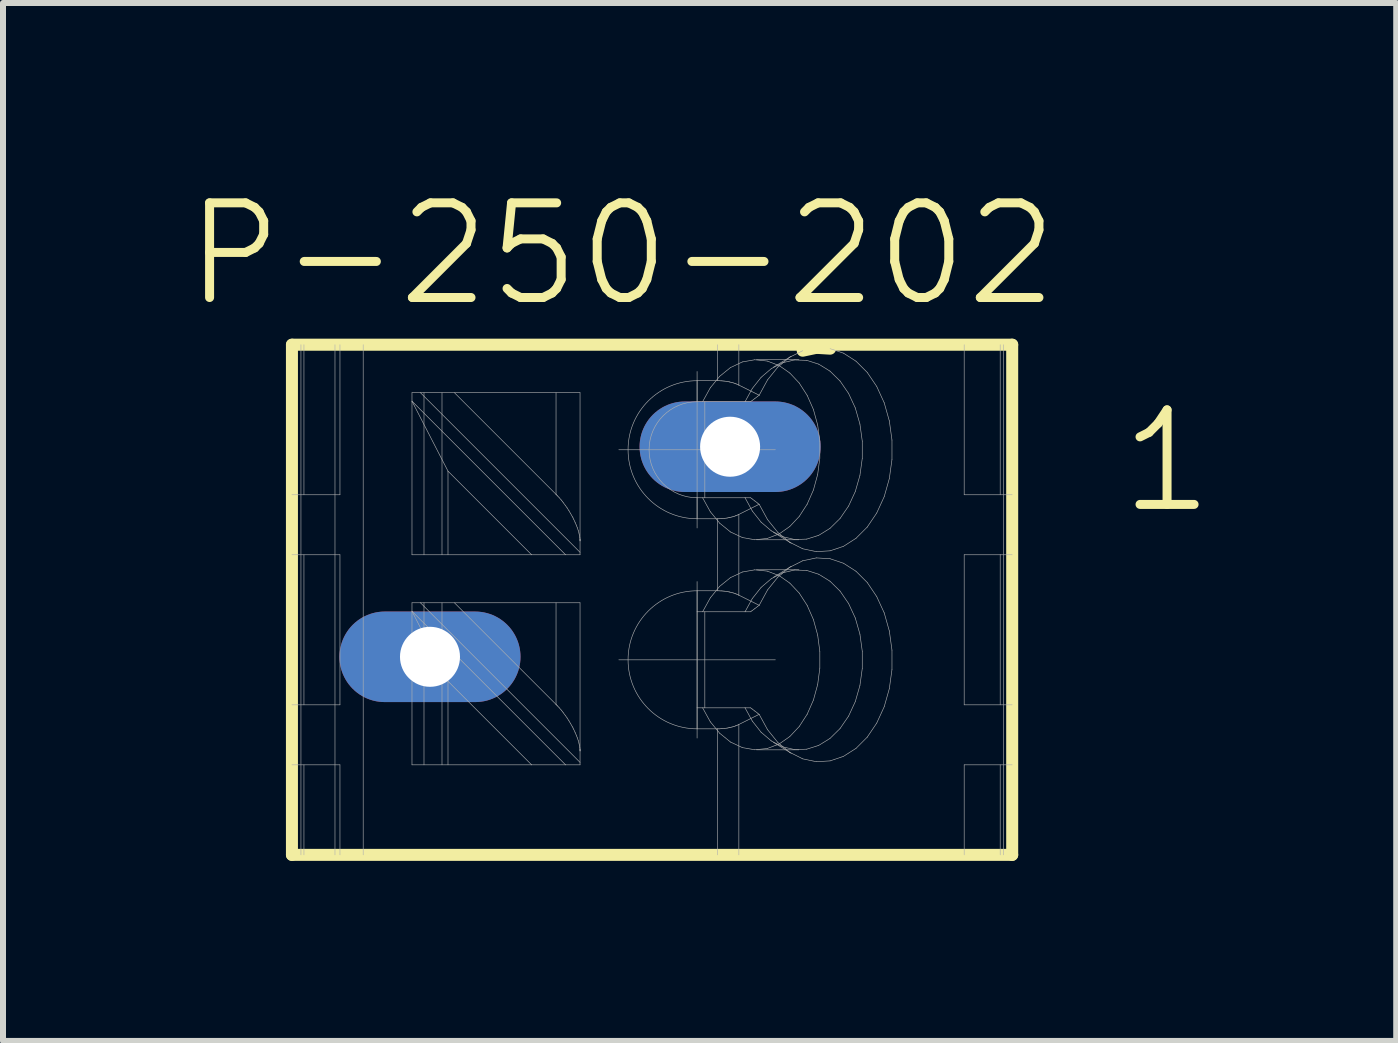
<source format=kicad_pcb>
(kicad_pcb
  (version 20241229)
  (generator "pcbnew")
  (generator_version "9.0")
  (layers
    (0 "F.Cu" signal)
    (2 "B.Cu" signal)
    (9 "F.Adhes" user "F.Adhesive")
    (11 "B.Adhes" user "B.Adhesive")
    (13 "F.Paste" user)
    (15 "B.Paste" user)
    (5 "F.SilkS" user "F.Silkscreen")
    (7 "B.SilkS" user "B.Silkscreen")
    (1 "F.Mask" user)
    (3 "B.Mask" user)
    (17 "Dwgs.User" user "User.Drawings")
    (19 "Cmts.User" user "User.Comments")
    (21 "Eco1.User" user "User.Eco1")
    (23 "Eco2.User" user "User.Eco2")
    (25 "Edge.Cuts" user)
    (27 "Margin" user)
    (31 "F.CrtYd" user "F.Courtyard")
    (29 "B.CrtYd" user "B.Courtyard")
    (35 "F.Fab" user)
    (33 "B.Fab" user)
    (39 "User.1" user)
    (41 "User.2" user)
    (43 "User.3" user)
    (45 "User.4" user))
  (footprint "P-250-202"
    (layer "F.Cu")
    (at 7.814 6.943)
    (property "Reference" "P-250-202" (at -0.501 -5.758 0) (layer "F.SilkS") (effects (font (size 1.577 1.577) (thickness 0.15))))
    (attr through_hole)
    (fp_line (start -6 -4.25) (end -6 4.25) (stroke (width 0.2) (type solid)) (layer "F.SilkS"))
    (fp_line (start -6 4.25) (end 6 4.25) (stroke (width 0.2) (type solid)) (layer "F.SilkS"))
    (fp_line (start 2.51 -4.15) (end 2.737 -4.198) (stroke (width 0.2) (type solid)) (layer "F.SilkS"))
    (fp_line (start 2.737 -4.198) (end 2.966 -4.184) (stroke (width 0.2) (type solid)) (layer "F.SilkS"))
    (fp_line (start 6 -4.25) (end -6 -4.25) (stroke (width 0.2) (type solid)) (layer "F.SilkS"))
    (fp_line (start 6 -4.25) (end 6 4.25) (stroke (width 0.2) (type solid)) (layer "F.SilkS"))
    (fp_line (start -6 -1.75) (end -5.2 -1.75) (stroke (width 0.01) (type solid)) (layer "F.Fab"))
    (fp_line (start -6 1.75) (end -5.2 1.75) (stroke (width 0.01) (type solid)) (layer "F.Fab"))
    (fp_line (start -5.85 -4.25) (end -5.85 4.25) (stroke (width 0.01) (type solid)) (layer "F.Fab"))
    (fp_line (start -5.8 -4.25) (end -5.8 -1.75) (stroke (width 0.01) (type solid)) (layer "F.Fab"))
    (fp_line (start -5.8 -0.75) (end -5.8 1.75) (stroke (width 0.01) (type solid)) (layer "F.Fab"))
    (fp_line (start -5.8 2.75) (end -5.8 4.25) (stroke (width 0.01) (type solid)) (layer "F.Fab"))
    (fp_line (start -5.283 -4.25) (end -5.283 4.25) (stroke (width 0.01) (type solid)) (layer "F.Fab"))
    (fp_line (start -5.2 -4.25) (end -5.2 -1.75) (stroke (width 0.01) (type solid)) (layer "F.Fab"))
    (fp_line (start -5.2 -0.75) (end -6 -0.75) (stroke (width 0.01) (type solid)) (layer "F.Fab"))
    (fp_line (start -5.2 -0.75) (end -5.2 1.75) (stroke (width 0.01) (type solid)) (layer "F.Fab"))
    (fp_line (start -5.2 2.75) (end -6 2.75) (stroke (width 0.01) (type solid)) (layer "F.Fab"))
    (fp_line (start -5.2 2.75) (end -5.2 4.25) (stroke (width 0.01) (type solid)) (layer "F.Fab"))
    (fp_line (start -4.813 -4.25) (end -4.813 4.25) (stroke (width 0.01) (type solid)) (layer "F.Fab"))
    (fp_line (start -4 -3.45) (end -3.859 -3.45) (stroke (width 0.01) (type solid)) (layer "F.Fab"))
    (fp_line (start -4 -3.309) (end -4 -3.45) (stroke (width 0.01) (type solid)) (layer "F.Fab"))
    (fp_line (start -4 -3.309) (end -1.441 -0.75) (stroke (width 0.01) (type solid)) (layer "F.Fab"))
    (fp_line (start -4 -0.75) (end -4 -3.309) (stroke (width 0.01) (type solid)) (layer "F.Fab"))
    (fp_line (start -4 0.05) (end -3.859 0.05) (stroke (width 0.01) (type solid)) (layer "F.Fab"))
    (fp_line (start -4 0.191) (end -4 0.05) (stroke (width 0.01) (type solid)) (layer "F.Fab"))
    (fp_line (start -4 0.191) (end -1.441 2.75) (stroke (width 0.01) (type solid)) (layer "F.Fab"))
    (fp_line (start -4 2.75) (end -4 0.191) (stroke (width 0.01) (type solid)) (layer "F.Fab"))
    (fp_line (start -3.9 0.625) (end -3.9 1.375) (stroke (width 0.01) (type solid)) (layer "F.Fab"))
    (fp_line (start -3.859 -3.45) (end -1.2 -3.45) (stroke (width 0.01) (type solid)) (layer "F.Fab"))
    (fp_line (start -3.859 -3.45) (end -1.2 -0.791) (stroke (width 0.01) (type solid)) (layer "F.Fab"))
    (fp_line (start -3.859 0.05) (end -1.2 0.05) (stroke (width 0.01) (type solid)) (layer "F.Fab"))
    (fp_line (start -3.859 0.05) (end -1.2 2.709) (stroke (width 0.01) (type solid)) (layer "F.Fab"))
    (fp_line (start -3.8 -0.75) (end -3.8 -3.45) (stroke (width 0.01) (type solid)) (layer "F.Fab"))
    (fp_line (start -3.8 2.75) (end -3.8 0.05) (stroke (width 0.01) (type solid)) (layer "F.Fab"))
    (fp_line (start -3.5 -0.75) (end -3.5 -3.45) (stroke (width 0.01) (type solid)) (layer "F.Fab"))
    (fp_line (start -3.5 0.625) (end -3.9 0.625) (stroke (width 0.01) (type solid)) (layer "F.Fab"))
    (fp_line (start -3.5 1.375) (end -3.9 1.375) (stroke (width 0.01) (type solid)) (layer "F.Fab"))
    (fp_line (start -3.5 2.75) (end -3.5 0.05) (stroke (width 0.01) (type solid)) (layer "F.Fab"))
    (fp_line (start -3.4 -2.143) (end -4 -3.309) (stroke (width 0.01) (type solid)) (layer "F.Fab"))
    (fp_line (start -3.4 -0.75) (end -3.4 -2.143) (stroke (width 0.01) (type solid)) (layer "F.Fab"))
    (fp_line (start -3.4 1.357) (end -4 0.191) (stroke (width 0.01) (type solid)) (layer "F.Fab"))
    (fp_line (start -3.4 2.75) (end -3.4 1.357) (stroke (width 0.01) (type solid)) (layer "F.Fab"))
    (fp_line (start -3.293 -3.45) (end -1.6 -1.757) (stroke (width 0.01) (type solid)) (layer "F.Fab"))
    (fp_line (start -3.293 0.05) (end -1.6 1.743) (stroke (width 0.01) (type solid)) (layer "F.Fab"))
    (fp_line (start -2.007 -0.75) (end -4 -0.75) (stroke (width 0.01) (type solid)) (layer "F.Fab"))
    (fp_line (start -2.007 -0.75) (end -3.4 -2.143) (stroke (width 0.01) (type solid)) (layer "F.Fab"))
    (fp_line (start -2.007 2.75) (end -4 2.75) (stroke (width 0.01) (type solid)) (layer "F.Fab"))
    (fp_line (start -2.007 2.75) (end -3.4 1.357) (stroke (width 0.01) (type solid)) (layer "F.Fab"))
    (fp_line (start -1.6 -1.757) (end -1.6 -3.45) (stroke (width 0.01) (type solid)) (layer "F.Fab"))
    (fp_line (start -1.6 1.743) (end -1.6 0.05) (stroke (width 0.01) (type solid)) (layer "F.Fab"))
    (fp_line (start -1.597 -1.754) (end -1.6 -1.757) (stroke (width 0.01) (type solid)) (layer "F.Fab"))
    (fp_line (start -1.597 1.746) (end -1.6 1.743) (stroke (width 0.01) (type solid)) (layer "F.Fab"))
    (fp_line (start -1.591 -1.748) (end -1.597 -1.754) (stroke (width 0.01) (type solid)) (layer "F.Fab"))
    (fp_line (start -1.591 1.752) (end -1.597 1.746) (stroke (width 0.01) (type solid)) (layer "F.Fab"))
    (fp_line (start -1.583 -1.739) (end -1.591 -1.748) (stroke (width 0.01) (type solid)) (layer "F.Fab"))
    (fp_line (start -1.583 1.761) (end -1.591 1.752) (stroke (width 0.01) (type solid)) (layer "F.Fab"))
    (fp_line (start -1.58 -1.736) (end -1.583 -1.739) (stroke (width 0.01) (type solid)) (layer "F.Fab"))
    (fp_line (start -1.58 1.764) (end -1.583 1.761) (stroke (width 0.01) (type solid)) (layer "F.Fab"))
    (fp_line (start -1.568 -1.724) (end -1.58 -1.736) (stroke (width 0.01) (type solid)) (layer "F.Fab"))
    (fp_line (start -1.568 1.776) (end -1.58 1.764) (stroke (width 0.01) (type solid)) (layer "F.Fab"))
    (fp_line (start -1.548 -1.702) (end -1.568 -1.724) (stroke (width 0.01) (type solid)) (layer "F.Fab"))
    (fp_line (start -1.548 1.798) (end -1.568 1.776) (stroke (width 0.01) (type solid)) (layer "F.Fab"))
    (fp_line (start -1.513 -1.662) (end -1.548 -1.702) (stroke (width 0.01) (type solid)) (layer "F.Fab"))
    (fp_line (start -1.513 1.838) (end -1.548 1.798) (stroke (width 0.01) (type solid)) (layer "F.Fab"))
    (fp_line (start -1.496 -1.641) (end -1.513 -1.662) (stroke (width 0.01) (type solid)) (layer "F.Fab"))
    (fp_line (start -1.496 1.859) (end -1.513 1.838) (stroke (width 0.01) (type solid)) (layer "F.Fab"))
    (fp_line (start -1.48 -1.619) (end -1.496 -1.641) (stroke (width 0.01) (type solid)) (layer "F.Fab"))
    (fp_line (start -1.48 1.881) (end -1.496 1.859) (stroke (width 0.01) (type solid)) (layer "F.Fab"))
    (fp_line (start -1.447 -1.575) (end -1.48 -1.619) (stroke (width 0.01) (type solid)) (layer "F.Fab"))
    (fp_line (start -1.447 1.925) (end -1.48 1.881) (stroke (width 0.01) (type solid)) (layer "F.Fab"))
    (fp_line (start -1.441 -0.75) (end -2.007 -0.75) (stroke (width 0.01) (type solid)) (layer "F.Fab"))
    (fp_line (start -1.441 2.75) (end -2.007 2.75) (stroke (width 0.01) (type solid)) (layer "F.Fab"))
    (fp_line (start -1.415 -1.53) (end -1.447 -1.575) (stroke (width 0.01) (type solid)) (layer "F.Fab"))
    (fp_line (start -1.415 1.97) (end -1.447 1.925) (stroke (width 0.01) (type solid)) (layer "F.Fab"))
    (fp_line (start -1.385 -1.483) (end -1.415 -1.53) (stroke (width 0.01) (type solid)) (layer "F.Fab"))
    (fp_line (start -1.385 2.017) (end -1.415 1.97) (stroke (width 0.01) (type solid)) (layer "F.Fab"))
    (fp_line (start -1.357 -1.436) (end -1.385 -1.483) (stroke (width 0.01) (type solid)) (layer "F.Fab"))
    (fp_line (start -1.357 2.064) (end -1.385 2.017) (stroke (width 0.01) (type solid)) (layer "F.Fab"))
    (fp_line (start -1.33 -1.388) (end -1.357 -1.436) (stroke (width 0.01) (type solid)) (layer "F.Fab"))
    (fp_line (start -1.33 2.112) (end -1.357 2.064) (stroke (width 0.01) (type solid)) (layer "F.Fab"))
    (fp_line (start -1.317 -1.364) (end -1.33 -1.388) (stroke (width 0.01) (type solid)) (layer "F.Fab"))
    (fp_line (start -1.317 2.136) (end -1.33 2.112) (stroke (width 0.01) (type solid)) (layer "F.Fab"))
    (fp_line (start -1.305 -1.34) (end -1.317 -1.364) (stroke (width 0.01) (type solid)) (layer "F.Fab"))
    (fp_line (start -1.305 2.16) (end -1.317 2.136) (stroke (width 0.01) (type solid)) (layer "F.Fab"))
    (fp_line (start -1.283 -1.292) (end -1.305 -1.34) (stroke (width 0.01) (type solid)) (layer "F.Fab"))
    (fp_line (start -1.283 2.208) (end -1.305 2.16) (stroke (width 0.01) (type solid)) (layer "F.Fab"))
    (fp_line (start -1.263 -1.245) (end -1.283 -1.292) (stroke (width 0.01) (type solid)) (layer "F.Fab"))
    (fp_line (start -1.263 2.255) (end -1.283 2.208) (stroke (width 0.01) (type solid)) (layer "F.Fab"))
    (fp_line (start -1.245 -1.199) (end -1.263 -1.245) (stroke (width 0.01) (type solid)) (layer "F.Fab"))
    (fp_line (start -1.245 2.301) (end -1.263 2.255) (stroke (width 0.01) (type solid)) (layer "F.Fab"))
    (fp_line (start -1.23 -1.155) (end -1.245 -1.199) (stroke (width 0.01) (type solid)) (layer "F.Fab"))
    (fp_line (start -1.23 2.345) (end -1.245 2.301) (stroke (width 0.01) (type solid)) (layer "F.Fab"))
    (fp_line (start -1.218 -1.112) (end -1.23 -1.155) (stroke (width 0.01) (type solid)) (layer "F.Fab"))
    (fp_line (start -1.218 2.388) (end -1.23 2.345) (stroke (width 0.01) (type solid)) (layer "F.Fab"))
    (fp_line (start -1.214 -1.091) (end -1.218 -1.112) (stroke (width 0.01) (type solid)) (layer "F.Fab"))
    (fp_line (start -1.214 2.409) (end -1.218 2.388) (stroke (width 0.01) (type solid)) (layer "F.Fab"))
    (fp_line (start -1.21 -1.071) (end -1.214 -1.091) (stroke (width 0.01) (type solid)) (layer "F.Fab"))
    (fp_line (start -1.21 2.429) (end -1.214 2.409) (stroke (width 0.01) (type solid)) (layer "F.Fab"))
    (fp_line (start -1.203 -1.033) (end -1.21 -1.071) (stroke (width 0.01) (type solid)) (layer "F.Fab"))
    (fp_line (start -1.203 2.467) (end -1.21 2.429) (stroke (width 0.01) (type solid)) (layer "F.Fab"))
    (fp_line (start -1.201 -1.011) (end -1.203 -1.033) (stroke (width 0.01) (type solid)) (layer "F.Fab"))
    (fp_line (start -1.201 2.489) (end -1.203 2.467) (stroke (width 0.01) (type solid)) (layer "F.Fab"))
    (fp_line (start -1.201 -1.006) (end -1.201 -1.011) (stroke (width 0.01) (type solid)) (layer "F.Fab"))
    (fp_line (start -1.201 2.494) (end -1.201 2.489) (stroke (width 0.01) (type solid)) (layer "F.Fab"))
    (fp_line (start -1.2 -1) (end -1.201 -1.006) (stroke (width 0.01) (type solid)) (layer "F.Fab"))
    (fp_line (start -1.2 2.5) (end -1.201 2.494) (stroke (width 0.01) (type solid)) (layer "F.Fab"))
    (fp_line (start -1.2 -0.997) (end -1.2 -1) (stroke (width 0.01) (type solid)) (layer "F.Fab"))
    (fp_line (start -1.2 2.503) (end -1.2 2.5) (stroke (width 0.01) (type solid)) (layer "F.Fab"))
    (fp_line (start -1.2 -0.994) (end -1.2 -0.997) (stroke (width 0.01) (type solid)) (layer "F.Fab"))
    (fp_line (start -1.2 2.506) (end -1.2 2.503) (stroke (width 0.01) (type solid)) (layer "F.Fab"))
    (fp_line (start -1.2 -0.988) (end -1.2 -0.994) (stroke (width 0.01) (type solid)) (layer "F.Fab"))
    (fp_line (start -1.2 2.512) (end -1.2 2.506) (stroke (width 0.01) (type solid)) (layer "F.Fab"))
    (fp_line (start -1.2 -3.45) (end -1.2 -0.75) (stroke (width 0.01) (type solid)) (layer "F.Fab"))
    (fp_line (start -1.2 -0.983) (end -1.2 -0.988) (stroke (width 0.01) (type solid)) (layer "F.Fab"))
    (fp_line (start -1.2 -0.98) (end -1.2 -0.983) (stroke (width 0.01) (type solid)) (layer "F.Fab"))
    (fp_line (start -1.2 -0.75) (end -1.441 -0.75) (stroke (width 0.01) (type solid)) (layer "F.Fab"))
    (fp_line (start -1.2 0.05) (end -1.2 2.75) (stroke (width 0.01) (type solid)) (layer "F.Fab"))
    (fp_line (start -1.2 2.517) (end -1.2 2.512) (stroke (width 0.01) (type solid)) (layer "F.Fab"))
    (fp_line (start -1.2 2.52) (end -1.2 2.517) (stroke (width 0.01) (type solid)) (layer "F.Fab"))
    (fp_line (start -1.2 2.75) (end -1.441 2.75) (stroke (width 0.01) (type solid)) (layer "F.Fab"))
    (fp_line (start -0.554 -2.5) (end 2.054 -2.5) (stroke (width 0.01) (type solid)) (layer "F.Fab"))
    (fp_line (start -0.554 1) (end 2.054 1) (stroke (width 0.01) (type solid)) (layer "F.Fab"))
    (fp_line (start 0.75 -3.65) (end 0.75 -3.3) (stroke (width 0.01) (type solid)) (layer "F.Fab"))
    (fp_line (start 0.75 -3.65) (end 1.093 -3.65) (stroke (width 0.01) (type solid)) (layer "F.Fab"))
    (fp_line (start 0.75 -1.7) (end 1.549 -1.7) (stroke (width 0.01) (type solid)) (layer "F.Fab"))
    (fp_line (start 0.75 -1.35) (end 0.75 -1.7) (stroke (width 0.01) (type solid)) (layer "F.Fab"))
    (fp_line (start 0.75 -1.196) (end 0.75 -3.804) (stroke (width 0.01) (type solid)) (layer "F.Fab"))
    (fp_line (start 0.75 -0.15) (end 0.75 0.2) (stroke (width 0.01) (type solid)) (layer "F.Fab"))
    (fp_line (start 0.75 -0.15) (end 1.093 -0.15) (stroke (width 0.01) (type solid)) (layer "F.Fab"))
    (fp_line (start 0.75 0.2) (end 0.75 1.8) (stroke (width 0.01) (type solid)) (layer "F.Fab"))
    (fp_line (start 0.75 0.2) (end 1.549 0.2) (stroke (width 0.01) (type solid)) (layer "F.Fab"))
    (fp_line (start 0.75 1.8) (end 0.75 2.15) (stroke (width 0.01) (type solid)) (layer "F.Fab"))
    (fp_line (start 0.75 1.8) (end 1.549 1.8) (stroke (width 0.01) (type solid)) (layer "F.Fab"))
    (fp_line (start 0.75 2.304) (end 0.75 -0.304) (stroke (width 0.01) (type solid)) (layer "F.Fab"))
    (fp_line (start 0.842 -3.3) (end 0.97 -3.532) (stroke (width 0.01) (type solid)) (layer "F.Fab"))
    (fp_line (start 0.842 0.2) (end 0.97 -0.032) (stroke (width 0.01) (type solid)) (layer "F.Fab"))
    (fp_line (start 0.879 -3.3) (end 0.879 -1.7) (stroke (width 0.01) (type solid)) (layer "F.Fab"))
    (fp_line (start 0.879 0.2) (end 0.879 1.8) (stroke (width 0.01) (type solid)) (layer "F.Fab"))
    (fp_line (start 0.97 -3.532) (end 1.127 -3.724) (stroke (width 0.01) (type solid)) (layer "F.Fab"))
    (fp_line (start 0.97 -1.468) (end 0.842 -1.7) (stroke (width 0.01) (type solid)) (layer "F.Fab"))
    (fp_line (start 0.97 -0.032) (end 1.127 -0.225) (stroke (width 0.01) (type solid)) (layer "F.Fab"))
    (fp_line (start 0.97 2.032) (end 0.842 1.8) (stroke (width 0.01) (type solid)) (layer "F.Fab"))
    (fp_line (start 1.093 -4.25) (end 1.093 -3.65) (stroke (width 0.01) (type solid)) (layer "F.Fab"))
    (fp_line (start 1.093 -1.35) (end 0.75 -1.35) (stroke (width 0.01) (type solid)) (layer "F.Fab"))
    (fp_line (start 1.093 -1.35) (end 1.093 -0.15) (stroke (width 0.01) (type solid)) (layer "F.Fab"))
    (fp_line (start 1.093 -1.35) (end 1.104 -1.35) (stroke (width 0.01) (type solid)) (layer "F.Fab"))
    (fp_line (start 1.093 2.15) (end 0.75 2.15) (stroke (width 0.01) (type solid)) (layer "F.Fab"))
    (fp_line (start 1.093 2.15) (end 1.093 4.25) (stroke (width 0.01) (type solid)) (layer "F.Fab"))
    (fp_line (start 1.093 2.15) (end 1.104 2.15) (stroke (width 0.01) (type solid)) (layer "F.Fab"))
    (fp_line (start 1.1 -2.875) (end 1.1 -2.125) (stroke (width 0.01) (type solid)) (layer "F.Fab"))
    (fp_line (start 1.1 -2.125) (end 1.5 -2.125) (stroke (width 0.01) (type solid)) (layer "F.Fab"))
    (fp_line (start 1.104 -3.65) (end 1.093 -3.65) (stroke (width 0.01) (type solid)) (layer "F.Fab"))
    (fp_line (start 1.104 -1.35) (end 1.126 -1.351) (stroke (width 0.01) (type solid)) (layer "F.Fab"))
    (fp_line (start 1.104 -0.15) (end 1.093 -0.15) (stroke (width 0.01) (type solid)) (layer "F.Fab"))
    (fp_line (start 1.104 2.15) (end 1.126 2.15) (stroke (width 0.01) (type solid)) (layer "F.Fab"))
    (fp_line (start 1.126 -3.65) (end 1.104 -3.65) (stroke (width 0.01) (type solid)) (layer "F.Fab"))
    (fp_line (start 1.126 -1.351) (end 1.147 -1.351) (stroke (width 0.01) (type solid)) (layer "F.Fab"))
    (fp_line (start 1.126 -0.149) (end 1.104 -0.15) (stroke (width 0.01) (type solid)) (layer "F.Fab"))
    (fp_line (start 1.126 2.15) (end 1.147 2.148) (stroke (width 0.01) (type solid)) (layer "F.Fab"))
    (fp_line (start 1.127 -3.724) (end 1.307 -3.87) (stroke (width 0.01) (type solid)) (layer "F.Fab"))
    (fp_line (start 1.127 -1.276) (end 0.97 -1.468) (stroke (width 0.01) (type solid)) (layer "F.Fab"))
    (fp_line (start 1.127 -0.225) (end 1.307 -0.37) (stroke (width 0.01) (type solid)) (layer "F.Fab"))
    (fp_line (start 1.127 2.224) (end 0.97 2.032) (stroke (width 0.01) (type solid)) (layer "F.Fab"))
    (fp_line (start 1.147 -3.648) (end 1.126 -3.65) (stroke (width 0.01) (type solid)) (layer "F.Fab"))
    (fp_line (start 1.147 -1.351) (end 1.158 -1.352) (stroke (width 0.01) (type solid)) (layer "F.Fab"))
    (fp_line (start 1.147 -0.148) (end 1.126 -0.149) (stroke (width 0.01) (type solid)) (layer "F.Fab"))
    (fp_line (start 1.147 2.148) (end 1.158 2.148) (stroke (width 0.01) (type solid)) (layer "F.Fab"))
    (fp_line (start 1.158 -3.648) (end 1.147 -3.648) (stroke (width 0.01) (type solid)) (layer "F.Fab"))
    (fp_line (start 1.158 -1.352) (end 1.169 -1.353) (stroke (width 0.01) (type solid)) (layer "F.Fab"))
    (fp_line (start 1.158 -0.148) (end 1.147 -0.148) (stroke (width 0.01) (type solid)) (layer "F.Fab"))
    (fp_line (start 1.158 2.148) (end 1.169 2.147) (stroke (width 0.01) (type solid)) (layer "F.Fab"))
    (fp_line (start 1.169 -3.647) (end 1.158 -3.648) (stroke (width 0.01) (type solid)) (layer "F.Fab"))
    (fp_line (start 1.169 -1.353) (end 1.19 -1.355) (stroke (width 0.01) (type solid)) (layer "F.Fab"))
    (fp_line (start 1.169 -0.147) (end 1.158 -0.148) (stroke (width 0.01) (type solid)) (layer "F.Fab"))
    (fp_line (start 1.169 2.147) (end 1.19 2.145) (stroke (width 0.01) (type solid)) (layer "F.Fab"))
    (fp_line (start 1.19 -3.645) (end 1.169 -3.647) (stroke (width 0.01) (type solid)) (layer "F.Fab"))
    (fp_line (start 1.19 -1.355) (end 1.212 -1.357) (stroke (width 0.01) (type solid)) (layer "F.Fab"))
    (fp_line (start 1.19 -0.145) (end 1.169 -0.147) (stroke (width 0.01) (type solid)) (layer "F.Fab"))
    (fp_line (start 1.19 2.145) (end 1.212 2.143) (stroke (width 0.01) (type solid)) (layer "F.Fab"))
    (fp_line (start 1.212 -3.643) (end 1.19 -3.645) (stroke (width 0.01) (type solid)) (layer "F.Fab"))
    (fp_line (start 1.212 -1.357) (end 1.233 -1.36) (stroke (width 0.01) (type solid)) (layer "F.Fab"))
    (fp_line (start 1.212 -0.143) (end 1.19 -0.145) (stroke (width 0.01) (type solid)) (layer "F.Fab"))
    (fp_line (start 1.212 2.143) (end 1.233 2.14) (stroke (width 0.01) (type solid)) (layer "F.Fab"))
    (fp_line (start 1.233 -3.64) (end 1.212 -3.643) (stroke (width 0.01) (type solid)) (layer "F.Fab"))
    (fp_line (start 1.233 -1.36) (end 1.254 -1.363) (stroke (width 0.01) (type solid)) (layer "F.Fab"))
    (fp_line (start 1.233 -0.14) (end 1.212 -0.143) (stroke (width 0.01) (type solid)) (layer "F.Fab"))
    (fp_line (start 1.233 2.14) (end 1.254 2.137) (stroke (width 0.01) (type solid)) (layer "F.Fab"))
    (fp_line (start 1.254 -3.637) (end 1.233 -3.64) (stroke (width 0.01) (type solid)) (layer "F.Fab"))
    (fp_line (start 1.254 -1.363) (end 1.274 -1.367) (stroke (width 0.01) (type solid)) (layer "F.Fab"))
    (fp_line (start 1.254 -0.137) (end 1.233 -0.14) (stroke (width 0.01) (type solid)) (layer "F.Fab"))
    (fp_line (start 1.254 2.137) (end 1.274 2.133) (stroke (width 0.01) (type solid)) (layer "F.Fab"))
    (fp_line (start 1.274 -3.633) (end 1.254 -3.637) (stroke (width 0.01) (type solid)) (layer "F.Fab"))
    (fp_line (start 1.274 -1.367) (end 1.284 -1.369) (stroke (width 0.01) (type solid)) (layer "F.Fab"))
    (fp_line (start 1.274 -0.133) (end 1.254 -0.137) (stroke (width 0.01) (type solid)) (layer "F.Fab"))
    (fp_line (start 1.274 2.133) (end 1.284 2.131) (stroke (width 0.01) (type solid)) (layer "F.Fab"))
    (fp_line (start 1.284 -3.631) (end 1.274 -3.633) (stroke (width 0.01) (type solid)) (layer "F.Fab"))
    (fp_line (start 1.284 -1.369) (end 1.294 -1.371) (stroke (width 0.01) (type solid)) (layer "F.Fab"))
    (fp_line (start 1.284 -0.131) (end 1.274 -0.133) (stroke (width 0.01) (type solid)) (layer "F.Fab"))
    (fp_line (start 1.284 2.131) (end 1.294 2.129) (stroke (width 0.01) (type solid)) (layer "F.Fab"))
    (fp_line (start 1.294 -3.629) (end 1.284 -3.631) (stroke (width 0.01) (type solid)) (layer "F.Fab"))
    (fp_line (start 1.294 -1.371) (end 1.314 -1.376) (stroke (width 0.01) (type solid)) (layer "F.Fab"))
    (fp_line (start 1.294 -0.129) (end 1.284 -0.131) (stroke (width 0.01) (type solid)) (layer "F.Fab"))
    (fp_line (start 1.294 2.129) (end 1.314 2.124) (stroke (width 0.01) (type solid)) (layer "F.Fab"))
    (fp_line (start 1.307 -3.87) (end 1.505 -3.963) (stroke (width 0.01) (type solid)) (layer "F.Fab"))
    (fp_line (start 1.307 -1.13) (end 1.127 -1.276) (stroke (width 0.01) (type solid)) (layer "F.Fab"))
    (fp_line (start 1.307 -0.37) (end 1.505 -0.463) (stroke (width 0.01) (type solid)) (layer "F.Fab"))
    (fp_line (start 1.307 2.37) (end 1.127 2.224) (stroke (width 0.01) (type solid)) (layer "F.Fab"))
    (fp_line (start 1.314 -3.624) (end 1.294 -3.629) (stroke (width 0.01) (type solid)) (layer "F.Fab"))
    (fp_line (start 1.314 -1.376) (end 1.333 -1.381) (stroke (width 0.01) (type solid)) (layer "F.Fab"))
    (fp_line (start 1.314 -0.124) (end 1.294 -0.129) (stroke (width 0.01) (type solid)) (layer "F.Fab"))
    (fp_line (start 1.314 2.124) (end 1.333 2.119) (stroke (width 0.01) (type solid)) (layer "F.Fab"))
    (fp_line (start 1.333 -3.619) (end 1.314 -3.624) (stroke (width 0.01) (type solid)) (layer "F.Fab"))
    (fp_line (start 1.333 -1.381) (end 1.352 -1.386) (stroke (width 0.01) (type solid)) (layer "F.Fab"))
    (fp_line (start 1.333 -0.119) (end 1.314 -0.124) (stroke (width 0.01) (type solid)) (layer "F.Fab"))
    (fp_line (start 1.333 2.119) (end 1.352 2.114) (stroke (width 0.01) (type solid)) (layer "F.Fab"))
    (fp_line (start 1.352 -3.614) (end 1.333 -3.619) (stroke (width 0.01) (type solid)) (layer "F.Fab"))
    (fp_line (start 1.352 -1.386) (end 1.371 -1.392) (stroke (width 0.01) (type solid)) (layer "F.Fab"))
    (fp_line (start 1.352 -0.114) (end 1.333 -0.119) (stroke (width 0.01) (type solid)) (layer "F.Fab"))
    (fp_line (start 1.352 2.114) (end 1.371 2.108) (stroke (width 0.01) (type solid)) (layer "F.Fab"))
    (fp_line (start 1.371 -3.608) (end 1.352 -3.614) (stroke (width 0.01) (type solid)) (layer "F.Fab"))
    (fp_line (start 1.371 -1.392) (end 1.389 -1.398) (stroke (width 0.01) (type solid)) (layer "F.Fab"))
    (fp_line (start 1.371 -0.108) (end 1.352 -0.114) (stroke (width 0.01) (type solid)) (layer "F.Fab"))
    (fp_line (start 1.371 2.108) (end 1.389 2.102) (stroke (width 0.01) (type solid)) (layer "F.Fab"))
    (fp_line (start 1.389 -3.602) (end 1.371 -3.608) (stroke (width 0.01) (type solid)) (layer "F.Fab"))
    (fp_line (start 1.389 -1.398) (end 1.397 -1.402) (stroke (width 0.01) (type solid)) (layer "F.Fab"))
    (fp_line (start 1.389 -0.102) (end 1.371 -0.108) (stroke (width 0.01) (type solid)) (layer "F.Fab"))
    (fp_line (start 1.389 2.102) (end 1.397 2.098) (stroke (width 0.01) (type solid)) (layer "F.Fab"))
    (fp_line (start 1.397 -3.598) (end 1.389 -3.602) (stroke (width 0.01) (type solid)) (layer "F.Fab"))
    (fp_line (start 1.397 -1.402) (end 1.406 -1.405) (stroke (width 0.01) (type solid)) (layer "F.Fab"))
    (fp_line (start 1.397 -0.098) (end 1.389 -0.102) (stroke (width 0.01) (type solid)) (layer "F.Fab"))
    (fp_line (start 1.397 2.098) (end 1.406 2.095) (stroke (width 0.01) (type solid)) (layer "F.Fab"))
    (fp_line (start 1.406 -3.595) (end 1.397 -3.598) (stroke (width 0.01) (type solid)) (layer "F.Fab"))
    (fp_line (start 1.406 -1.405) (end 1.423 -1.412) (stroke (width 0.01) (type solid)) (layer "F.Fab"))
    (fp_line (start 1.406 -0.095) (end 1.397 -0.098) (stroke (width 0.01) (type solid)) (layer "F.Fab"))
    (fp_line (start 1.406 2.095) (end 1.423 2.088) (stroke (width 0.01) (type solid)) (layer "F.Fab"))
    (fp_line (start 1.423 -3.588) (end 1.406 -3.595) (stroke (width 0.01) (type solid)) (layer "F.Fab"))
    (fp_line (start 1.423 -1.412) (end 1.439 -1.419) (stroke (width 0.01) (type solid)) (layer "F.Fab"))
    (fp_line (start 1.423 -0.088) (end 1.406 -0.095) (stroke (width 0.01) (type solid)) (layer "F.Fab"))
    (fp_line (start 1.423 2.088) (end 1.439 2.081) (stroke (width 0.01) (type solid)) (layer "F.Fab"))
    (fp_line (start 1.439 -3.581) (end 1.423 -3.588) (stroke (width 0.01) (type solid)) (layer "F.Fab"))
    (fp_line (start 1.439 -1.419) (end 1.446 -1.423) (stroke (width 0.01) (type solid)) (layer "F.Fab"))
    (fp_line (start 1.439 -0.081) (end 1.423 -0.088) (stroke (width 0.01) (type solid)) (layer "F.Fab"))
    (fp_line (start 1.439 2.081) (end 1.446 2.077) (stroke (width 0.01) (type solid)) (layer "F.Fab"))
    (fp_line (start 1.446 -4.25) (end 1.446 -3.577) (stroke (width 0.01) (type solid)) (layer "F.Fab"))
    (fp_line (start 1.446 -3.577) (end 1.439 -3.581) (stroke (width 0.01) (type solid)) (layer "F.Fab"))
    (fp_line (start 1.446 -3.577) (end 1.784 -3.408) (stroke (width 0.01) (type solid)) (layer "F.Fab"))
    (fp_line (start 1.446 -1.423) (end 1.446 -0.077) (stroke (width 0.01) (type solid)) (layer "F.Fab"))
    (fp_line (start 1.446 -0.077) (end 1.439 -0.081) (stroke (width 0.01) (type solid)) (layer "F.Fab"))
    (fp_line (start 1.446 -0.077) (end 1.784 0.092) (stroke (width 0.01) (type solid)) (layer "F.Fab"))
    (fp_line (start 1.446 2.077) (end 1.446 4.25) (stroke (width 0.01) (type solid)) (layer "F.Fab"))
    (fp_line (start 1.5 -2.875) (end 1.1 -2.875) (stroke (width 0.01) (type solid)) (layer "F.Fab"))
    (fp_line (start 1.5 -2.125) (end 1.5 -2.875) (stroke (width 0.01) (type solid)) (layer "F.Fab"))
    (fp_line (start 1.505 -3.963) (end 1.711 -3.999) (stroke (width 0.01) (type solid)) (layer "F.Fab"))
    (fp_line (start 1.505 -1.037) (end 1.307 -1.13) (stroke (width 0.01) (type solid)) (layer "F.Fab"))
    (fp_line (start 1.505 -0.463) (end 1.711 -0.499) (stroke (width 0.01) (type solid)) (layer "F.Fab"))
    (fp_line (start 1.505 2.463) (end 1.307 2.37) (stroke (width 0.01) (type solid)) (layer "F.Fab"))
    (fp_line (start 1.549 -3.3) (end 0.75 -3.3) (stroke (width 0.01) (type solid)) (layer "F.Fab"))
    (fp_line (start 1.549 -3.3) (end 1.642 -3.3) (stroke (width 0.01) (type solid)) (layer "F.Fab"))
    (fp_line (start 1.549 -3.3) (end 1.67 -3.521) (stroke (width 0.01) (type solid)) (layer "F.Fab"))
    (fp_line (start 1.549 0.2) (end 1.642 0.2) (stroke (width 0.01) (type solid)) (layer "F.Fab"))
    (fp_line (start 1.549 0.2) (end 1.67 -0.021) (stroke (width 0.01) (type solid)) (layer "F.Fab"))
    (fp_line (start 1.642 -3.3) (end 1.665 -3.318) (stroke (width 0.01) (type solid)) (layer "F.Fab"))
    (fp_line (start 1.642 -1.7) (end 1.549 -1.7) (stroke (width 0.01) (type solid)) (layer "F.Fab"))
    (fp_line (start 1.642 0.2) (end 1.665 0.182) (stroke (width 0.01) (type solid)) (layer "F.Fab"))
    (fp_line (start 1.642 1.8) (end 1.549 1.8) (stroke (width 0.01) (type solid)) (layer "F.Fab"))
    (fp_line (start 1.665 -3.318) (end 1.712 -3.353) (stroke (width 0.01) (type solid)) (layer "F.Fab"))
    (fp_line (start 1.665 -1.682) (end 1.642 -1.7) (stroke (width 0.01) (type solid)) (layer "F.Fab"))
    (fp_line (start 1.665 0.182) (end 1.712 0.147) (stroke (width 0.01) (type solid)) (layer "F.Fab"))
    (fp_line (start 1.665 1.818) (end 1.642 1.8) (stroke (width 0.01) (type solid)) (layer "F.Fab"))
    (fp_line (start 1.67 -3.521) (end 1.817 -3.707) (stroke (width 0.01) (type solid)) (layer "F.Fab"))
    (fp_line (start 1.67 -1.479) (end 1.549 -1.7) (stroke (width 0.01) (type solid)) (layer "F.Fab"))
    (fp_line (start 1.67 -0.021) (end 1.817 -0.207) (stroke (width 0.01) (type solid)) (layer "F.Fab"))
    (fp_line (start 1.67 2.021) (end 1.549 1.8) (stroke (width 0.01) (type solid)) (layer "F.Fab"))
    (fp_line (start 1.711 -3.999) (end 1.918 -3.978) (stroke (width 0.01) (type solid)) (layer "F.Fab"))
    (fp_line (start 1.711 -1) (end 1.505 -1.037) (stroke (width 0.01) (type solid)) (layer "F.Fab"))
    (fp_line (start 1.711 -0.499) (end 1.918 -0.478) (stroke (width 0.01) (type solid)) (layer "F.Fab"))
    (fp_line (start 1.711 2.499) (end 1.505 2.463) (stroke (width 0.01) (type solid)) (layer "F.Fab"))
    (fp_line (start 1.712 -3.353) (end 1.76 -3.39) (stroke (width 0.01) (type solid)) (layer "F.Fab"))
    (fp_line (start 1.712 -1.647) (end 1.665 -1.682) (stroke (width 0.01) (type solid)) (layer "F.Fab"))
    (fp_line (start 1.712 0.147) (end 1.76 0.11) (stroke (width 0.01) (type solid)) (layer "F.Fab"))
    (fp_line (start 1.712 1.853) (end 1.665 1.818) (stroke (width 0.01) (type solid)) (layer "F.Fab"))
    (fp_line (start 1.739 -1) (end 2.446 -1) (stroke (width 0.01) (type solid)) (layer "F.Fab"))
    (fp_line (start 1.739 2.5) (end 2.446 2.5) (stroke (width 0.01) (type solid)) (layer "F.Fab"))
    (fp_line (start 1.76 -3.39) (end 1.784 -3.408) (stroke (width 0.01) (type solid)) (layer "F.Fab"))
    (fp_line (start 1.76 -1.61) (end 1.712 -1.647) (stroke (width 0.01) (type solid)) (layer "F.Fab"))
    (fp_line (start 1.76 0.11) (end 1.784 0.092) (stroke (width 0.01) (type solid)) (layer "F.Fab"))
    (fp_line (start 1.76 1.89) (end 1.712 1.853) (stroke (width 0.01) (type solid)) (layer "F.Fab"))
    (fp_line (start 1.784 -3.408) (end 1.924 -3.664) (stroke (width 0.01) (type solid)) (layer "F.Fab"))
    (fp_line (start 1.784 -1.592) (end 1.446 -1.423) (stroke (width 0.01) (type solid)) (layer "F.Fab"))
    (fp_line (start 1.784 -1.592) (end 1.76 -1.61) (stroke (width 0.01) (type solid)) (layer "F.Fab"))
    (fp_line (start 1.784 0.092) (end 1.924 -0.164) (stroke (width 0.01) (type solid)) (layer "F.Fab"))
    (fp_line (start 1.784 1.908) (end 1.446 2.077) (stroke (width 0.01) (type solid)) (layer "F.Fab"))
    (fp_line (start 1.784 1.908) (end 1.76 1.89) (stroke (width 0.01) (type solid)) (layer "F.Fab"))
    (fp_line (start 1.817 -3.707) (end 1.986 -3.851) (stroke (width 0.01) (type solid)) (layer "F.Fab"))
    (fp_line (start 1.817 -1.293) (end 1.67 -1.479) (stroke (width 0.01) (type solid)) (layer "F.Fab"))
    (fp_line (start 1.817 -0.207) (end 1.986 -0.351) (stroke (width 0.01) (type solid)) (layer "F.Fab"))
    (fp_line (start 1.817 2.207) (end 1.67 2.021) (stroke (width 0.01) (type solid)) (layer "F.Fab"))
    (fp_line (start 1.918 -3.978) (end 2.119 -3.901) (stroke (width 0.01) (type solid)) (layer "F.Fab"))
    (fp_line (start 1.918 -1.022) (end 1.711 -1) (stroke (width 0.01) (type solid)) (layer "F.Fab"))
    (fp_line (start 1.918 -0.478) (end 2.119 -0.401) (stroke (width 0.01) (type solid)) (layer "F.Fab"))
    (fp_line (start 1.918 2.478) (end 1.711 2.499) (stroke (width 0.01) (type solid)) (layer "F.Fab"))
    (fp_line (start 1.924 -3.664) (end 2.096 -3.878) (stroke (width 0.01) (type solid)) (layer "F.Fab"))
    (fp_line (start 1.924 -1.336) (end 1.784 -1.592) (stroke (width 0.01) (type solid)) (layer "F.Fab"))
    (fp_line (start 1.924 -0.164) (end 2.096 -0.378) (stroke (width 0.01) (type solid)) (layer "F.Fab"))
    (fp_line (start 1.924 2.164) (end 1.784 1.908) (stroke (width 0.01) (type solid)) (layer "F.Fab"))
    (fp_line (start 1.986 -3.851) (end 2.171 -3.949) (stroke (width 0.01) (type solid)) (layer "F.Fab"))
    (fp_line (start 1.986 -1.149) (end 1.817 -1.293) (stroke (width 0.01) (type solid)) (layer "F.Fab"))
    (fp_line (start 1.986 -0.351) (end 2.171 -0.449) (stroke (width 0.01) (type solid)) (layer "F.Fab"))
    (fp_line (start 1.986 2.351) (end 1.817 2.207) (stroke (width 0.01) (type solid)) (layer "F.Fab"))
    (fp_line (start 2.022 -1.125) (end 2.319 -0.942) (stroke (width 0.01) (type solid)) (layer "F.Fab"))
    (fp_line (start 2.022 2.375) (end 2.319 2.558) (stroke (width 0.01) (type solid)) (layer "F.Fab"))
    (fp_line (start 2.096 -3.878) (end 2.294 -4.042) (stroke (width 0.01) (type solid)) (layer "F.Fab"))
    (fp_line (start 2.096 -1.122) (end 1.924 -1.336) (stroke (width 0.01) (type solid)) (layer "F.Fab"))
    (fp_line (start 2.096 -0.378) (end 2.294 -0.542) (stroke (width 0.01) (type solid)) (layer "F.Fab"))
    (fp_line (start 2.096 2.378) (end 1.924 2.164) (stroke (width 0.01) (type solid)) (layer "F.Fab"))
    (fp_line (start 2.119 -3.901) (end 2.295 -3.778) (stroke (width 0.01) (type solid)) (layer "F.Fab"))
    (fp_line (start 2.119 -1.099) (end 1.918 -1.022) (stroke (width 0.01) (type solid)) (layer "F.Fab"))
    (fp_line (start 2.119 -0.401) (end 2.295 -0.278) (stroke (width 0.01) (type solid)) (layer "F.Fab"))
    (fp_line (start 2.119 2.401) (end 1.918 2.478) (stroke (width 0.01) (type solid)) (layer "F.Fab"))
    (fp_line (start 2.171 -3.949) (end 2.373 -3.996) (stroke (width 0.01) (type solid)) (layer "F.Fab"))
    (fp_line (start 2.171 -1.052) (end 1.986 -1.149) (stroke (width 0.01) (type solid)) (layer "F.Fab"))
    (fp_line (start 2.171 -0.449) (end 2.373 -0.496) (stroke (width 0.01) (type solid)) (layer "F.Fab"))
    (fp_line (start 2.171 2.449) (end 1.986 2.351) (stroke (width 0.01) (type solid)) (layer "F.Fab"))
    (fp_line (start 2.294 -4.042) (end 2.51 -4.15) (stroke (width 0.01) (type solid)) (layer "F.Fab"))
    (fp_line (start 2.294 -0.958) (end 2.096 -1.122) (stroke (width 0.01) (type solid)) (layer "F.Fab"))
    (fp_line (start 2.294 -0.542) (end 2.51 -0.65) (stroke (width 0.01) (type solid)) (layer "F.Fab"))
    (fp_line (start 2.294 2.542) (end 2.096 2.378) (stroke (width 0.01) (type solid)) (layer "F.Fab"))
    (fp_line (start 2.295 -3.778) (end 2.452 -3.611) (stroke (width 0.01) (type solid)) (layer "F.Fab"))
    (fp_line (start 2.295 -1.222) (end 2.119 -1.099) (stroke (width 0.01) (type solid)) (layer "F.Fab"))
    (fp_line (start 2.295 -0.278) (end 2.452 -0.111) (stroke (width 0.01) (type solid)) (layer "F.Fab"))
    (fp_line (start 2.295 2.278) (end 2.119 2.401) (stroke (width 0.01) (type solid)) (layer "F.Fab"))
    (fp_line (start 2.319 -4.058) (end 2.022 -3.875) (stroke (width 0.01) (type solid)) (layer "F.Fab"))
    (fp_line (start 2.319 -0.558) (end 2.022 -0.375) (stroke (width 0.01) (type solid)) (layer "F.Fab"))
    (fp_line (start 2.373 -3.996) (end 2.577 -3.989) (stroke (width 0.01) (type solid)) (layer "F.Fab"))
    (fp_line (start 2.373 -1.004) (end 2.171 -1.052) (stroke (width 0.01) (type solid)) (layer "F.Fab"))
    (fp_line (start 2.373 -0.496) (end 2.577 -0.489) (stroke (width 0.01) (type solid)) (layer "F.Fab"))
    (fp_line (start 2.373 2.496) (end 2.171 2.449) (stroke (width 0.01) (type solid)) (layer "F.Fab"))
    (fp_line (start 2.446 -4) (end 1.739 -4) (stroke (width 0.01) (type solid)) (layer "F.Fab"))
    (fp_line (start 2.446 -0.5) (end 1.739 -0.5) (stroke (width 0.01) (type solid)) (layer "F.Fab"))
    (fp_line (start 2.452 -3.611) (end 2.584 -3.406) (stroke (width 0.01) (type solid)) (layer "F.Fab"))
    (fp_line (start 2.452 -1.389) (end 2.295 -1.222) (stroke (width 0.01) (type solid)) (layer "F.Fab"))
    (fp_line (start 2.452 -0.111) (end 2.584 0.093) (stroke (width 0.01) (type solid)) (layer "F.Fab"))
    (fp_line (start 2.452 2.111) (end 2.295 2.278) (stroke (width 0.01) (type solid)) (layer "F.Fab"))
    (fp_line (start 2.51 -0.85) (end 2.294 -0.958) (stroke (width 0.01) (type solid)) (layer "F.Fab"))
    (fp_line (start 2.51 -0.65) (end 2.737 -0.698) (stroke (width 0.01) (type solid)) (layer "F.Fab"))
    (fp_line (start 2.51 2.65) (end 2.294 2.542) (stroke (width 0.01) (type solid)) (layer "F.Fab"))
    (fp_line (start 2.577 -3.989) (end 2.776 -3.926) (stroke (width 0.01) (type solid)) (layer "F.Fab"))
    (fp_line (start 2.577 -1.011) (end 2.373 -1.004) (stroke (width 0.01) (type solid)) (layer "F.Fab"))
    (fp_line (start 2.577 -0.489) (end 2.776 -0.426) (stroke (width 0.01) (type solid)) (layer "F.Fab"))
    (fp_line (start 2.577 2.489) (end 2.373 2.496) (stroke (width 0.01) (type solid)) (layer "F.Fab"))
    (fp_line (start 2.584 -3.406) (end 2.688 -3.171) (stroke (width 0.01) (type solid)) (layer "F.Fab"))
    (fp_line (start 2.584 -1.593) (end 2.452 -1.389) (stroke (width 0.01) (type solid)) (layer "F.Fab"))
    (fp_line (start 2.584 0.093) (end 2.688 0.329) (stroke (width 0.01) (type solid)) (layer "F.Fab"))
    (fp_line (start 2.584 1.907) (end 2.452 2.111) (stroke (width 0.01) (type solid)) (layer "F.Fab"))
    (fp_line (start 2.688 -3.171) (end 2.759 -2.912) (stroke (width 0.01) (type solid)) (layer "F.Fab"))
    (fp_line (start 2.688 -1.829) (end 2.584 -1.593) (stroke (width 0.01) (type solid)) (layer "F.Fab"))
    (fp_line (start 2.688 0.329) (end 2.759 0.588) (stroke (width 0.01) (type solid)) (layer "F.Fab"))
    (fp_line (start 2.688 1.671) (end 2.584 1.907) (stroke (width 0.01) (type solid)) (layer "F.Fab"))
    (fp_line (start 2.737 -0.802) (end 2.51 -0.85) (stroke (width 0.01) (type solid)) (layer "F.Fab"))
    (fp_line (start 2.737 -0.698) (end 2.966 -0.684) (stroke (width 0.01) (type solid)) (layer "F.Fab"))
    (fp_line (start 2.737 2.698) (end 2.51 2.65) (stroke (width 0.01) (type solid)) (layer "F.Fab"))
    (fp_line (start 2.759 -2.912) (end 2.795 -2.639) (stroke (width 0.01) (type solid)) (layer "F.Fab"))
    (fp_line (start 2.759 -2.088) (end 2.688 -1.829) (stroke (width 0.01) (type solid)) (layer "F.Fab"))
    (fp_line (start 2.759 0.588) (end 2.795 0.861) (stroke (width 0.01) (type solid)) (layer "F.Fab"))
    (fp_line (start 2.759 1.412) (end 2.688 1.671) (stroke (width 0.01) (type solid)) (layer "F.Fab"))
    (fp_line (start 2.776 -3.926) (end 2.964 -3.81) (stroke (width 0.01) (type solid)) (layer "F.Fab"))
    (fp_line (start 2.776 -1.074) (end 2.577 -1.011) (stroke (width 0.01) (type solid)) (layer "F.Fab"))
    (fp_line (start 2.776 -0.426) (end 2.964 -0.31) (stroke (width 0.01) (type solid)) (layer "F.Fab"))
    (fp_line (start 2.776 2.426) (end 2.577 2.489) (stroke (width 0.01) (type solid)) (layer "F.Fab"))
    (fp_line (start 2.795 -2.639) (end 2.795 -2.361) (stroke (width 0.01) (type solid)) (layer "F.Fab"))
    (fp_line (start 2.795 -2.361) (end 2.759 -2.088) (stroke (width 0.01) (type solid)) (layer "F.Fab"))
    (fp_line (start 2.795 0.861) (end 2.795 1.139) (stroke (width 0.01) (type solid)) (layer "F.Fab"))
    (fp_line (start 2.795 1.139) (end 2.759 1.412) (stroke (width 0.01) (type solid)) (layer "F.Fab"))
    (fp_line (start 2.964 -3.81) (end 3.132 -3.645) (stroke (width 0.01) (type solid)) (layer "F.Fab"))
    (fp_line (start 2.964 -1.19) (end 2.776 -1.074) (stroke (width 0.01) (type solid)) (layer "F.Fab"))
    (fp_line (start 2.964 -0.31) (end 3.132 -0.145) (stroke (width 0.01) (type solid)) (layer "F.Fab"))
    (fp_line (start 2.964 2.31) (end 2.776 2.426) (stroke (width 0.01) (type solid)) (layer "F.Fab"))
    (fp_line (start 2.966 -4.184) (end 3.189 -4.109) (stroke (width 0.01) (type solid)) (layer "F.Fab"))
    (fp_line (start 2.966 -0.816) (end 2.737 -0.802) (stroke (width 0.01) (type solid)) (layer "F.Fab"))
    (fp_line (start 2.966 -0.684) (end 3.189 -0.609) (stroke (width 0.01) (type solid)) (layer "F.Fab"))
    (fp_line (start 2.966 2.684) (end 2.737 2.698) (stroke (width 0.01) (type solid)) (layer "F.Fab"))
    (fp_line (start 3.132 -3.645) (end 3.274 -3.438) (stroke (width 0.01) (type solid)) (layer "F.Fab"))
    (fp_line (start 3.132 -1.355) (end 2.964 -1.19) (stroke (width 0.01) (type solid)) (layer "F.Fab"))
    (fp_line (start 3.132 -0.145) (end 3.274 0.062) (stroke (width 0.01) (type solid)) (layer "F.Fab"))
    (fp_line (start 3.132 2.145) (end 2.964 2.31) (stroke (width 0.01) (type solid)) (layer "F.Fab"))
    (fp_line (start 3.189 -4.109) (end 3.398 -3.975) (stroke (width 0.01) (type solid)) (layer "F.Fab"))
    (fp_line (start 3.189 -0.891) (end 2.966 -0.816) (stroke (width 0.01) (type solid)) (layer "F.Fab"))
    (fp_line (start 3.189 -0.609) (end 3.398 -0.475) (stroke (width 0.01) (type solid)) (layer "F.Fab"))
    (fp_line (start 3.189 2.608) (end 2.966 2.684) (stroke (width 0.01) (type solid)) (layer "F.Fab"))
    (fp_line (start 3.274 -3.438) (end 3.386 -3.196) (stroke (width 0.01) (type solid)) (layer "F.Fab"))
    (fp_line (start 3.274 -1.562) (end 3.132 -1.355) (stroke (width 0.01) (type solid)) (layer "F.Fab"))
    (fp_line (start 3.274 0.062) (end 3.386 0.304) (stroke (width 0.01) (type solid)) (layer "F.Fab"))
    (fp_line (start 3.274 1.938) (end 3.132 2.145) (stroke (width 0.01) (type solid)) (layer "F.Fab"))
    (fp_line (start 3.386 -3.196) (end 3.463 -2.928) (stroke (width 0.01) (type solid)) (layer "F.Fab"))
    (fp_line (start 3.386 -1.804) (end 3.274 -1.562) (stroke (width 0.01) (type solid)) (layer "F.Fab"))
    (fp_line (start 3.386 0.304) (end 3.463 0.572) (stroke (width 0.01) (type solid)) (layer "F.Fab"))
    (fp_line (start 3.386 1.696) (end 3.274 1.938) (stroke (width 0.01) (type solid)) (layer "F.Fab"))
    (fp_line (start 3.398 -3.975) (end 3.585 -3.788) (stroke (width 0.01) (type solid)) (layer "F.Fab"))
    (fp_line (start 3.398 -1.025) (end 3.189 -0.891) (stroke (width 0.01) (type solid)) (layer "F.Fab"))
    (fp_line (start 3.398 -0.475) (end 3.585 -0.288) (stroke (width 0.01) (type solid)) (layer "F.Fab"))
    (fp_line (start 3.398 2.475) (end 3.189 2.608) (stroke (width 0.01) (type solid)) (layer "F.Fab"))
    (fp_line (start 3.463 -2.928) (end 3.502 -2.644) (stroke (width 0.01) (type solid)) (layer "F.Fab"))
    (fp_line (start 3.463 -2.072) (end 3.386 -1.804) (stroke (width 0.01) (type solid)) (layer "F.Fab"))
    (fp_line (start 3.463 0.572) (end 3.502 0.856) (stroke (width 0.01) (type solid)) (layer "F.Fab"))
    (fp_line (start 3.463 1.428) (end 3.386 1.696) (stroke (width 0.01) (type solid)) (layer "F.Fab"))
    (fp_line (start 3.502 -2.644) (end 3.502 -2.356) (stroke (width 0.01) (type solid)) (layer "F.Fab"))
    (fp_line (start 3.502 -2.356) (end 3.463 -2.072) (stroke (width 0.01) (type solid)) (layer "F.Fab"))
    (fp_line (start 3.502 0.856) (end 3.502 1.145) (stroke (width 0.01) (type solid)) (layer "F.Fab"))
    (fp_line (start 3.502 1.145) (end 3.463 1.428) (stroke (width 0.01) (type solid)) (layer "F.Fab"))
    (fp_line (start 3.585 -3.788) (end 3.743 -3.554) (stroke (width 0.01) (type solid)) (layer "F.Fab"))
    (fp_line (start 3.585 -1.212) (end 3.398 -1.025) (stroke (width 0.01) (type solid)) (layer "F.Fab"))
    (fp_line (start 3.585 -0.288) (end 3.743 -0.053) (stroke (width 0.01) (type solid)) (layer "F.Fab"))
    (fp_line (start 3.585 2.288) (end 3.398 2.475) (stroke (width 0.01) (type solid)) (layer "F.Fab"))
    (fp_line (start 3.743 -3.554) (end 3.868 -3.281) (stroke (width 0.01) (type solid)) (layer "F.Fab"))
    (fp_line (start 3.743 -1.446) (end 3.585 -1.212) (stroke (width 0.01) (type solid)) (layer "F.Fab"))
    (fp_line (start 3.743 -0.053) (end 3.868 0.219) (stroke (width 0.01) (type solid)) (layer "F.Fab"))
    (fp_line (start 3.743 2.054) (end 3.585 2.288) (stroke (width 0.01) (type solid)) (layer "F.Fab"))
    (fp_line (start 3.868 -3.281) (end 3.953 -2.98) (stroke (width 0.01) (type solid)) (layer "F.Fab"))
    (fp_line (start 3.868 -1.719) (end 3.743 -1.446) (stroke (width 0.01) (type solid)) (layer "F.Fab"))
    (fp_line (start 3.868 0.219) (end 3.953 0.52) (stroke (width 0.01) (type solid)) (layer "F.Fab"))
    (fp_line (start 3.868 1.781) (end 3.743 2.054) (stroke (width 0.01) (type solid)) (layer "F.Fab"))
    (fp_line (start 3.953 -2.98) (end 3.997 -2.662) (stroke (width 0.01) (type solid)) (layer "F.Fab"))
    (fp_line (start 3.953 -2.02) (end 3.868 -1.719) (stroke (width 0.01) (type solid)) (layer "F.Fab"))
    (fp_line (start 3.953 0.52) (end 3.997 0.838) (stroke (width 0.01) (type solid)) (layer "F.Fab"))
    (fp_line (start 3.953 1.48) (end 3.868 1.781) (stroke (width 0.01) (type solid)) (layer "F.Fab"))
    (fp_line (start 3.997 -2.662) (end 3.997 -2.338) (stroke (width 0.01) (type solid)) (layer "F.Fab"))
    (fp_line (start 3.997 -2.338) (end 3.953 -2.02) (stroke (width 0.01) (type solid)) (layer "F.Fab"))
    (fp_line (start 3.997 0.838) (end 3.997 1.162) (stroke (width 0.01) (type solid)) (layer "F.Fab"))
    (fp_line (start 3.997 1.162) (end 3.953 1.48) (stroke (width 0.01) (type solid)) (layer "F.Fab"))
    (fp_line (start 5.2 -4.25) (end 5.2 -1.75) (stroke (width 0.01) (type solid)) (layer "F.Fab"))
    (fp_line (start 5.2 -1.75) (end 6 -1.75) (stroke (width 0.01) (type solid)) (layer "F.Fab"))
    (fp_line (start 5.2 -0.75) (end 5.2 1.75) (stroke (width 0.01) (type solid)) (layer "F.Fab"))
    (fp_line (start 5.2 1.75) (end 6 1.75) (stroke (width 0.01) (type solid)) (layer "F.Fab"))
    (fp_line (start 5.2 2.75) (end 5.2 4.25) (stroke (width 0.01) (type solid)) (layer "F.Fab"))
    (fp_line (start 5.8 -4.25) (end 5.8 -1.75) (stroke (width 0.01) (type solid)) (layer "F.Fab"))
    (fp_line (start 5.8 -0.75) (end 5.2 -0.75) (stroke (width 0.01) (type solid)) (layer "F.Fab"))
    (fp_line (start 5.8 -0.75) (end 5.8 1.75) (stroke (width 0.01) (type solid)) (layer "F.Fab"))
    (fp_line (start 5.8 2.75) (end 5.8 4.25) (stroke (width 0.01) (type solid)) (layer "F.Fab"))
    (fp_line (start 5.854 -4.25) (end 5.854 4.25) (stroke (width 0.01) (type solid)) (layer "F.Fab"))
    (fp_line (start 6 -0.75) (end 5.8 -0.75) (stroke (width 0.01) (type solid)) (layer "F.Fab"))
    (fp_line (start 6 2.75) (end 5.2 2.75) (stroke (width 0.01) (type solid)) (layer "F.Fab"))
    (fp_arc (start 0.75 -1.7) (mid -0.05 -2.5) (end 0.75 -3.3) (stroke (width 0.01) (type solid)) (layer "F.Fab"))
    (fp_arc (start 0.75 -1.35) (mid -0.4 -2.5) (end 0.75 -3.65) (stroke (width 0.01) (type solid)) (layer "F.Fab"))
    (fp_arc (start 0.75 2.15) (mid -0.4 1) (end 0.75 -0.15) (stroke (width 0.01) (type solid)) (layer "F.Fab"))
    (fp_text user "1" (at 8.58 -2.31 0) (layer "F.SilkS") (effects (font (size 1.575 1.575) (thickness 0.15))))
    (pad "L1" thru_hole oval (at 1.3 -2.55) (size 3.016 1.508) (drill 1) (layers "*.Cu" "*.Mask"))
    (pad "L2" thru_hole oval (at -3.7 0.95) (size 3.016 1.508) (drill 1) (layers "*.Cu" "*.Mask")))
  (gr_rect
    (start -3 -3)
    (end 20.212 14.293)
    (stroke (width 0.1) (type default))
    (fill no)
    (layer "Edge.Cuts")))
</source>
